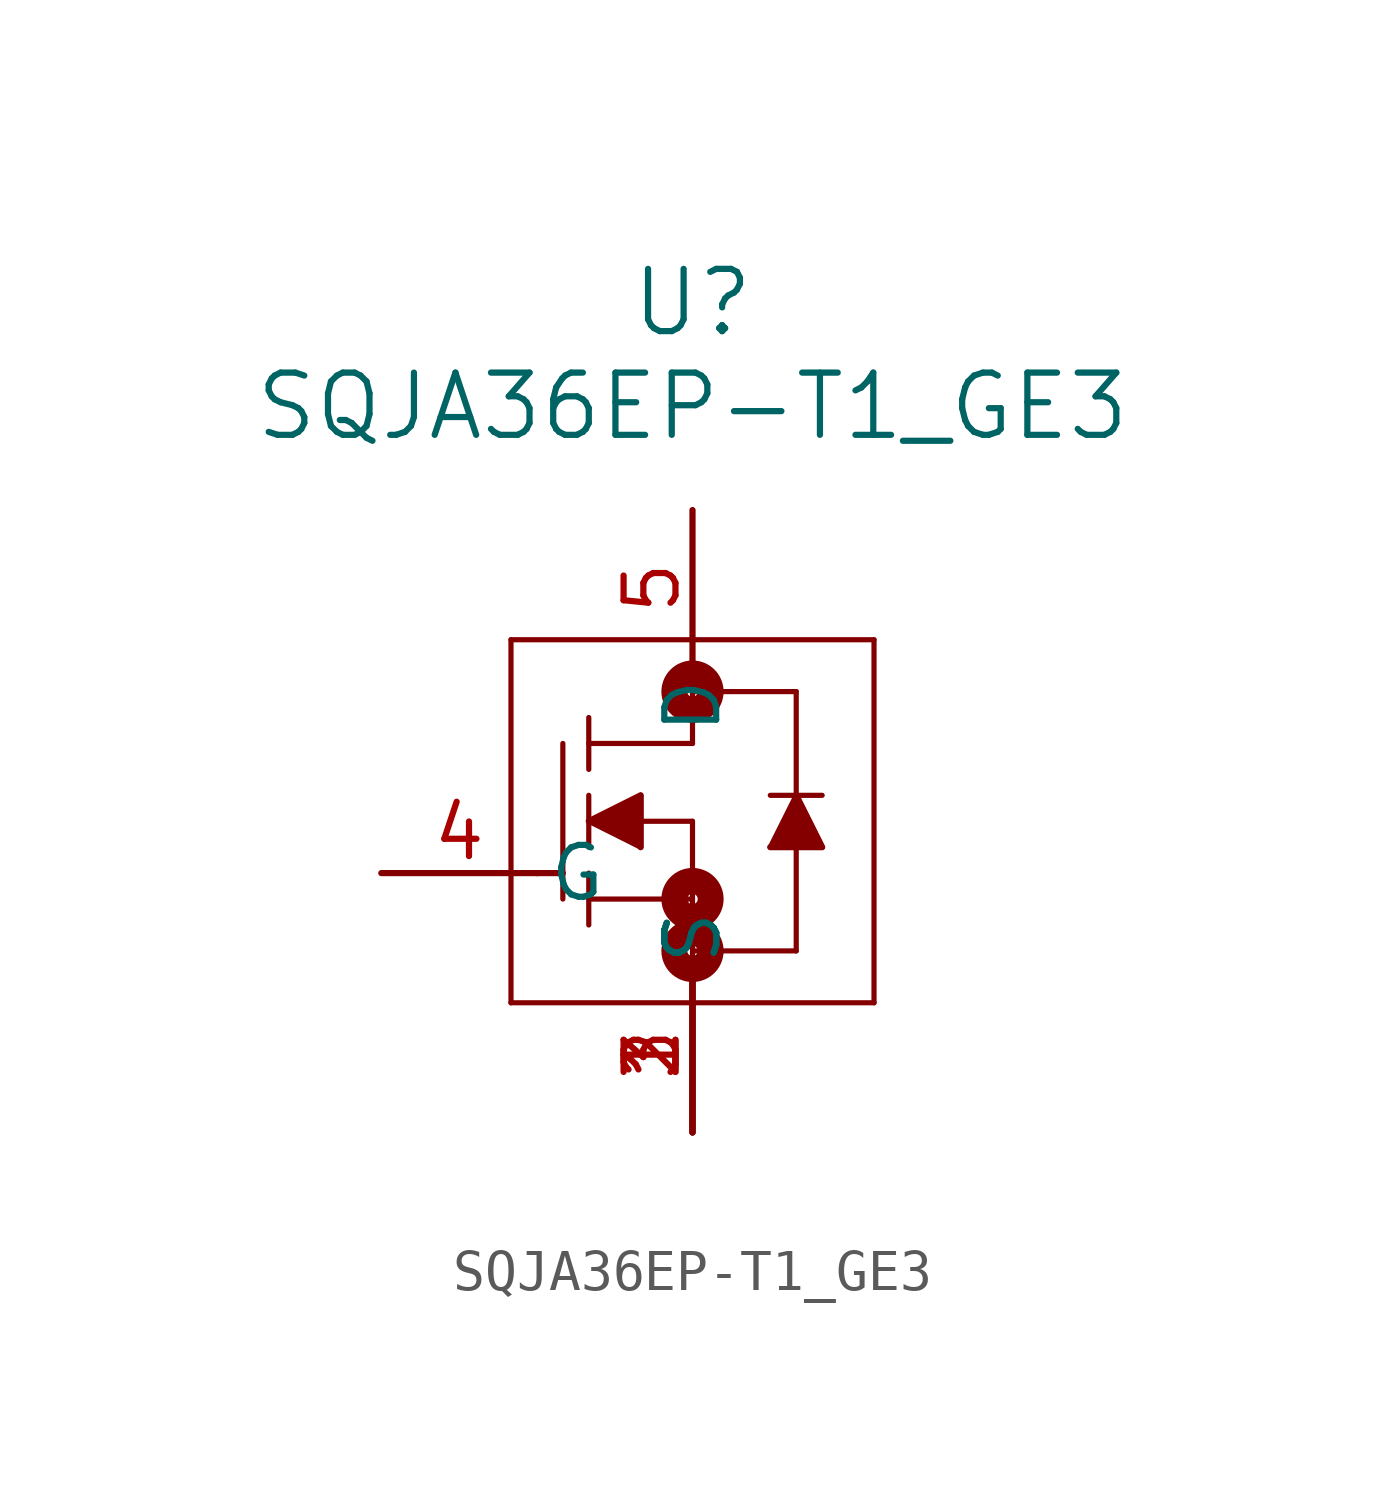
<source format=kicad_sym>
(kicad_symbol_lib
  (version 20231120)
  (generator "kicad_symbol_editor")
  (generator_version "8.0")
  (symbol "SQJA36EP-T1_GE3"
    (pin_names
      (offset 0.254))
    (property "Reference" "U"
      (at 3.81 15.24 0)
      (effects (font (size 1.524 1.524))))
    (property "Value" "SQJA36EP-T1_GE3"
      (at 3.81 12.7 0)
      (effects (font (size 1.524 1.524))))
    (property "ki_locked" ""
      (at 0 0 0)
      (effects (font (size 1.27 1.27))))
    (symbol "SQJA36EP-T1_GE3_0_1"
      (polyline (pts (xy -0.635 -1.905) (xy 8.255 -1.905)) (stroke (width 0.127) (type default)) (fill (type none)))
      (polyline (pts (xy -0.635 6.985) (xy -0.635 -1.905)) (stroke (width 0.127) (type default)) (fill (type none)))
      (polyline (pts (xy 0.635 4.445) (xy 0.635 0.635)) (stroke (width 0.127) (type default)) (fill (type none)))
      (polyline (pts (xy 1.27 0.635) (xy 3.81 0.635)) (stroke (width 0.127) (type default)) (fill (type none)))
      (polyline (pts (xy 1.27 1.27) (xy 1.27 0)) (stroke (width 0.127) (type default)) (fill (type none)))
      (polyline (pts (xy 1.27 2.54) (xy 2.54 1.905)) (stroke (width 0.127) (type default)) (fill (type none)))
      (polyline (pts (xy 1.27 2.54) (xy 2.54 3.175)) (stroke (width 0.127) (type default)) (fill (type none)))
      (polyline (pts (xy 1.27 3.175) (xy 1.27 1.905)) (stroke (width 0.127) (type default)) (fill (type none)))
      (polyline (pts (xy 1.27 3.81) (xy 1.27 5.08)) (stroke (width 0.127) (type default)) (fill (type none)))
      (polyline (pts (xy 1.27 4.445) (xy 3.81 4.445)) (stroke (width 0.127) (type default)) (fill (type none)))
      (polyline (pts (xy 2.54 3.175) (xy 2.54 1.905)) (stroke (width 0.127) (type default)) (fill (type none)))
      (polyline (pts (xy 3.81 -0.635) (xy 6.35 -0.635)) (stroke (width 0.127) (type default)) (fill (type none)))
      (polyline (pts (xy 3.81 2.54) (xy 1.27 2.54)) (stroke (width 0.127) (type default)) (fill (type none)))
      (polyline (pts (xy 3.81 2.54) (xy 3.81 -1.27)) (stroke (width 0.127) (type default)) (fill (type none)))
      (polyline (pts (xy 3.81 4.445) (xy 3.81 6.35)) (stroke (width 0.127) (type default)) (fill (type none)))
      (polyline (pts (xy 3.81 5.715) (xy 6.35 5.715)) (stroke (width 0.127) (type default)) (fill (type none)))
      (polyline (pts (xy 5.715 1.905) (xy 6.985 1.905)) (stroke (width 0.127) (type default)) (fill (type none)))
      (polyline (pts (xy 5.715 3.175) (xy 6.985 3.175)) (stroke (width 0.127) (type default)) (fill (type none)))
      (polyline (pts (xy 6.35 -0.635) (xy 6.35 5.715)) (stroke (width 0.127) (type default)) (fill (type none)))
      (polyline (pts (xy 6.35 3.175) (xy 5.715 1.905)) (stroke (width 0.127) (type default)) (fill (type none)))
      (polyline (pts (xy 6.985 1.905) (xy 6.35 3.175)) (stroke (width 0.127) (type default)) (fill (type none)))
      (polyline (pts (xy 8.255 -1.905) (xy 8.255 6.985)) (stroke (width 0.127) (type default)) (fill (type none)))
      (polyline (pts (xy 8.255 6.985) (xy -0.635 6.985)) (stroke (width 0.127) (type default)) (fill (type none)))
      (polyline (pts (xy 1.27 2.54) (xy 2.54 3.175) (xy 2.54 1.905)) (stroke (width 0) (type default)) (fill (type outline)))
      (polyline (pts (xy 5.715 1.905) (xy 6.985 1.905) (xy 6.35 3.175)) (stroke (width 0) (type default)) (fill (type outline)))
      (circle (center 3.81 -0.635) (radius 0.127) (stroke (width 0.635) (type default)) (fill (type none)))
      (circle (center 3.81 0.635) (radius 0.127) (stroke (width 0.635) (type default)) (fill (type none)))
      (circle (center 3.81 5.715) (radius 0.127) (stroke (width 0.635) (type default)) (fill (type none)))
      (pin passive line (at 3.81 -5.08 90) (length 3.81) (name "S" (effects (font (size 1.27 1.27)))) (number "1" (effects (font (size 1.27 1.27)))))
      (pin passive line (at 3.81 -5.08 90) (length 3.81) (name "S" (effects (font (size 1.27 1.27)))) (number "2" (effects (font (size 1.27 1.27)))))
      (pin passive line (at 3.81 -5.08 90) (length 3.81) (name "S" (effects (font (size 1.27 1.27)))) (number "3" (effects (font (size 1.27 1.27)))))
      (pin passive line (at -3.81 1.27 0) (length 3.81) (name "G" (effects (font (size 1.27 1.27)))) (number "4" (effects (font (size 1.27 1.27)))))
      (pin passive line (at 3.81 10.16 270) (length 3.81) (name "D" (effects (font (size 1.27 1.27)))) (number "5" (effects (font (size 1.27 1.27))))))
    (symbol "SQJA36EP-T1_GE3_1_1"
      (polyline (pts (xy 0 1.27) (xy 0.635 1.27)) (stroke (width 0) (type default)) (fill (type none))))))
</source>
